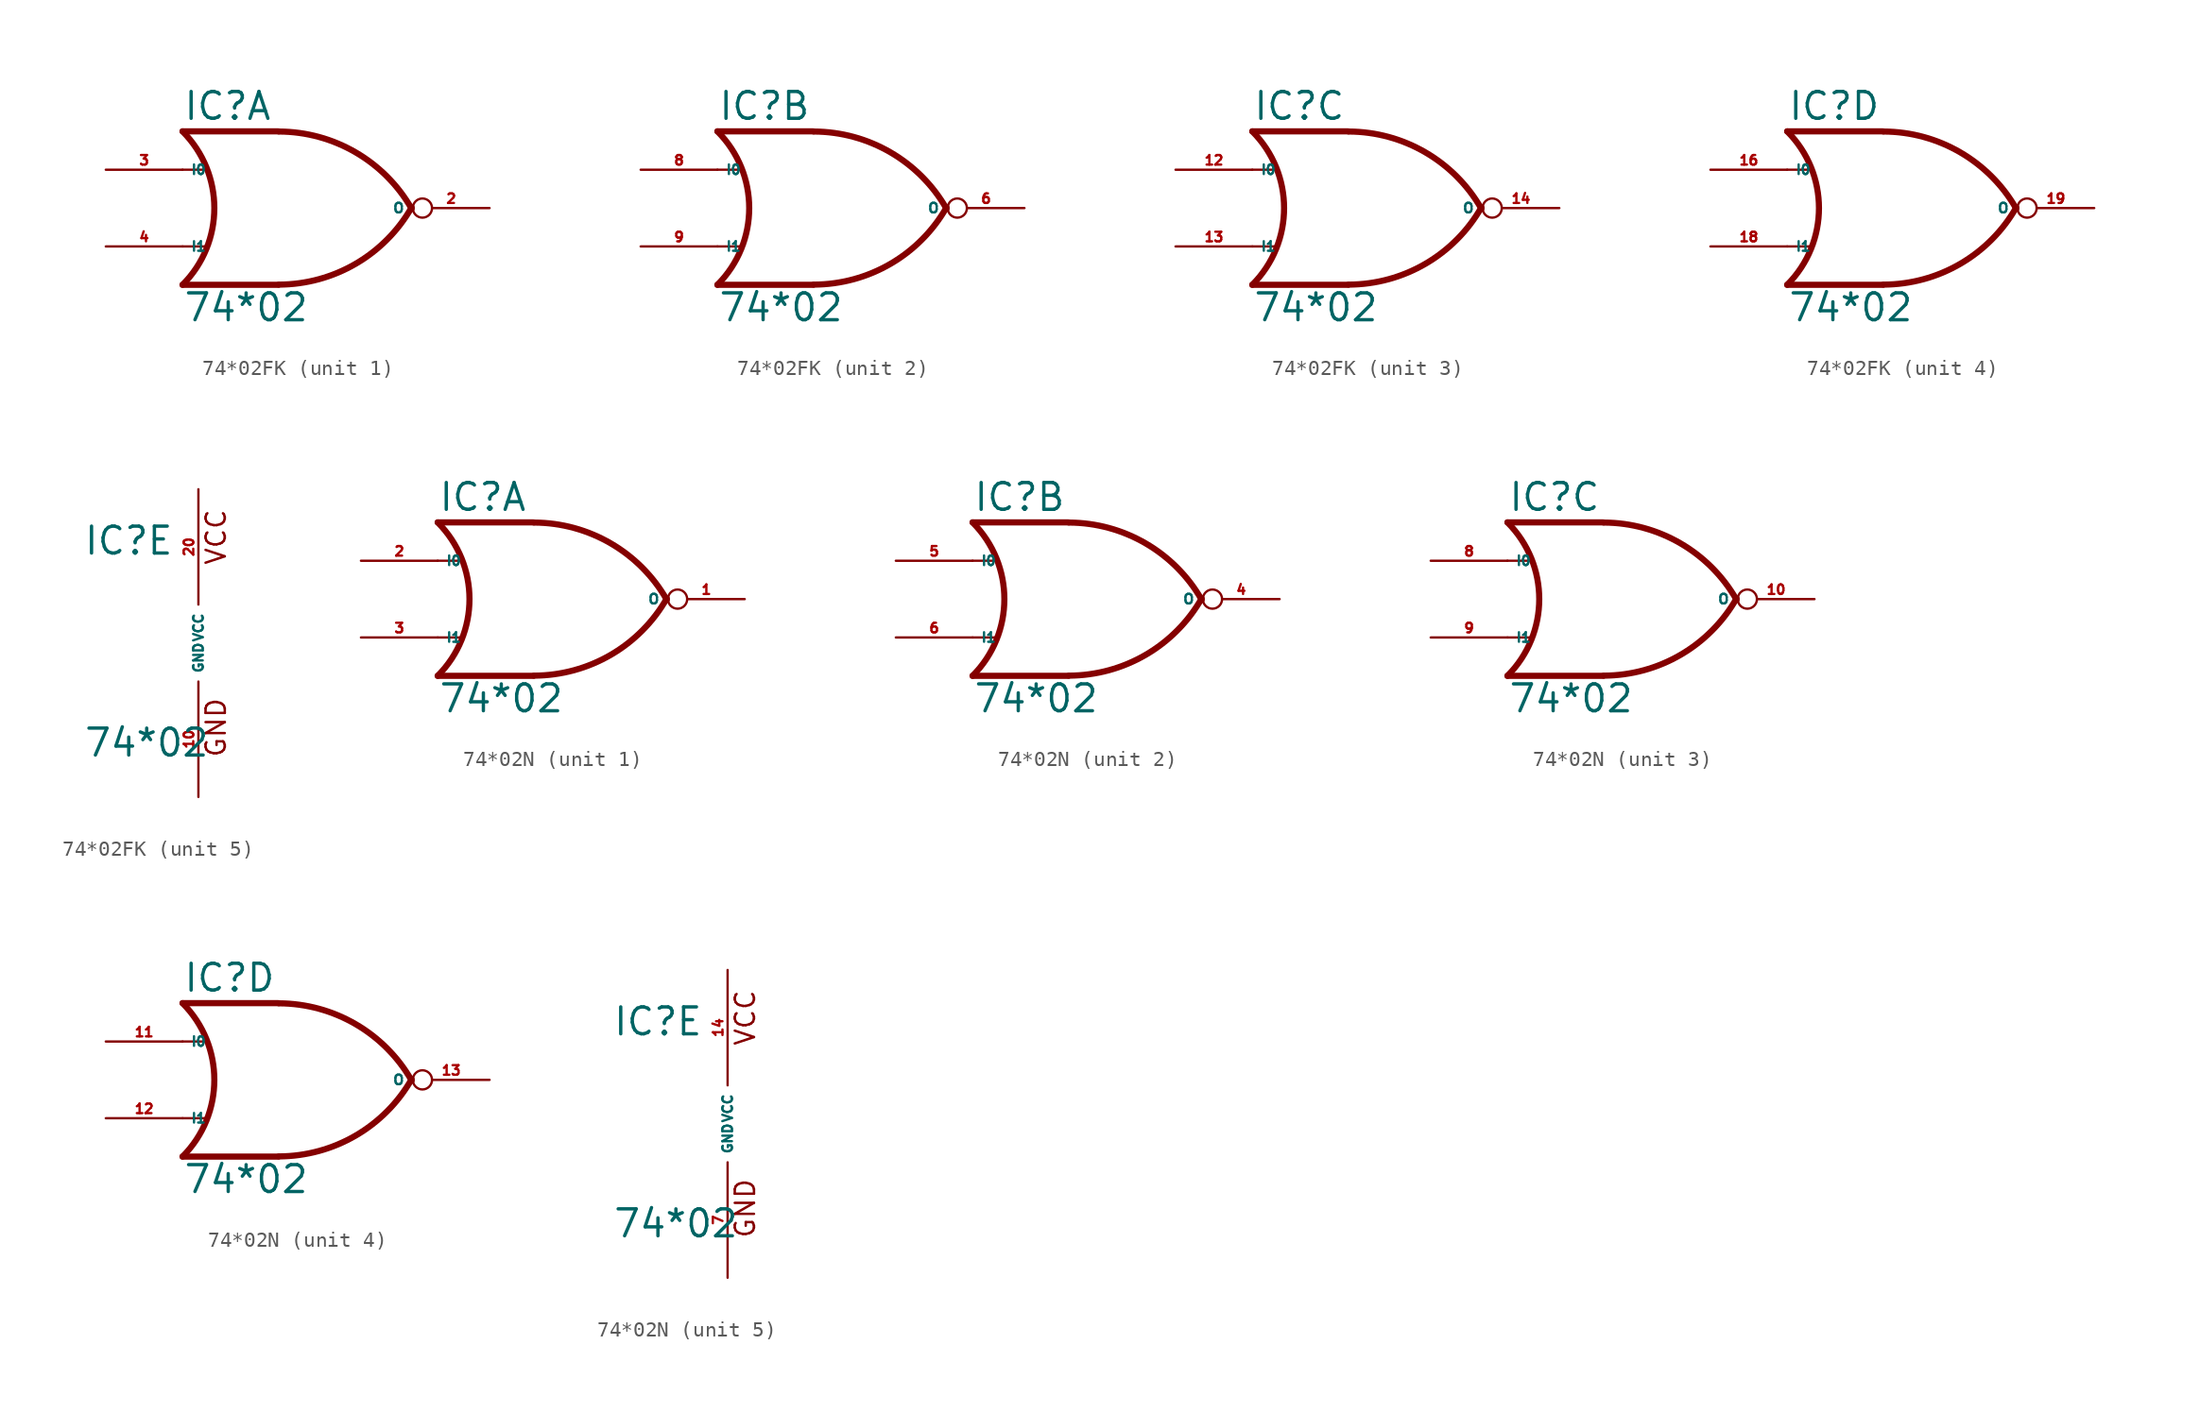
<source format=kicad_sym>
(kicad_symbol_lib
  (version 20220914)
  (generator Eagle2Kicad)
  (symbol "74*02FK"
    (property "Reference" "IC"
      (at -7.62 5.715 0)
      (effects (font (size 1.778 1.778) (thickness 0.22)) (justify left bottom)))
    (property "Value" "74*02"
      (at -7.62 -7.62 0)
      (effects (font (size 1.778 1.778) (thickness 0.22)) (justify left bottom)))
    (symbol "74*02FK_1_0"
      (polyline (pts (xy -1.27 5.08) (xy -7.62 5.08)) (stroke (width 0.406) (type default)) (fill (type none)))
      (polyline (pts (xy -1.27 -5.08) (xy -7.62 -5.08)) (stroke (width 0.406) (type default)) (fill (type none)))
      (polyline (pts (xy -7.62 2.54) (xy -6.096 2.54)) (stroke (width 0.152) (type default)) (fill (type none)))
      (polyline (pts (xy -7.62 -2.54) (xy -6.096 -2.54)) (stroke (width 0.152) (type default)) (fill (type none)))
      (arc (start -1.2446 -5.0678) (mid 3.837 -3.689) (end 7.5439 0.0507) (stroke (width 0.4064) (type default)) (fill (type none)))
      (arc (start 7.5442 -0.0505) (mid 3.837 3.689) (end -1.2446 5.0678) (stroke (width 0.4064) (type default)) (fill (type none)))
      (arc (start -7.62 -5.08) (mid -5.516 0.000) (end -7.62 5.08) (stroke (width 0.4064) (type default)) (fill (type none)))
      (pin output inverted (at 12.7 0 180) (length 5.08) (name "O" (effects (font (size 0.635 0.635) (thickness 0.08)) (justify left bottom))) (number "2" (effects (font (size 0.635 0.635) (thickness 0.08)) (justify left bottom))))
      (pin input line (at -12.7 2.54 0) (length 5.08) (name "I0" (effects (font (size 0.635 0.635) (thickness 0.08)) (justify left bottom))) (number "3" (effects (font (size 0.635 0.635) (thickness 0.08)) (justify left bottom))))
      (pin input line (at -12.7 -2.54 0) (length 5.08) (name "I1" (effects (font (size 0.635 0.635) (thickness 0.08)) (justify left bottom))) (number "4" (effects (font (size 0.635 0.635) (thickness 0.08)) (justify left bottom)))))
    (symbol "74*02FK_2_0"
      (polyline (pts (xy -1.27 5.08) (xy -7.62 5.08)) (stroke (width 0.406) (type default)) (fill (type none)))
      (polyline (pts (xy -1.27 -5.08) (xy -7.62 -5.08)) (stroke (width 0.406) (type default)) (fill (type none)))
      (polyline (pts (xy -7.62 2.54) (xy -6.096 2.54)) (stroke (width 0.152) (type default)) (fill (type none)))
      (polyline (pts (xy -7.62 -2.54) (xy -6.096 -2.54)) (stroke (width 0.152) (type default)) (fill (type none)))
      (arc (start -1.2446 -5.0678) (mid 3.837 -3.689) (end 7.5439 0.0507) (stroke (width 0.4064) (type default)) (fill (type none)))
      (arc (start 7.5442 -0.0505) (mid 3.837 3.689) (end -1.2446 5.0678) (stroke (width 0.4064) (type default)) (fill (type none)))
      (arc (start -7.62 -5.08) (mid -5.516 0.000) (end -7.62 5.08) (stroke (width 0.4064) (type default)) (fill (type none)))
      (pin output inverted (at 12.7 0 180) (length 5.08) (name "O" (effects (font (size 0.635 0.635) (thickness 0.08)) (justify left bottom))) (number "6" (effects (font (size 0.635 0.635) (thickness 0.08)) (justify left bottom))))
      (pin input line (at -12.7 2.54 0) (length 5.08) (name "I0" (effects (font (size 0.635 0.635) (thickness 0.08)) (justify left bottom))) (number "8" (effects (font (size 0.635 0.635) (thickness 0.08)) (justify left bottom))))
      (pin input line (at -12.7 -2.54 0) (length 5.08) (name "I1" (effects (font (size 0.635 0.635) (thickness 0.08)) (justify left bottom))) (number "9" (effects (font (size 0.635 0.635) (thickness 0.08)) (justify left bottom)))))
    (symbol "74*02FK_3_0"
      (polyline (pts (xy -1.27 5.08) (xy -7.62 5.08)) (stroke (width 0.406) (type default)) (fill (type none)))
      (polyline (pts (xy -1.27 -5.08) (xy -7.62 -5.08)) (stroke (width 0.406) (type default)) (fill (type none)))
      (polyline (pts (xy -7.62 2.54) (xy -6.096 2.54)) (stroke (width 0.152) (type default)) (fill (type none)))
      (polyline (pts (xy -7.62 -2.54) (xy -6.096 -2.54)) (stroke (width 0.152) (type default)) (fill (type none)))
      (arc (start -1.2446 -5.0678) (mid 3.837 -3.689) (end 7.5439 0.0507) (stroke (width 0.4064) (type default)) (fill (type none)))
      (arc (start 7.5442 -0.0505) (mid 3.837 3.689) (end -1.2446 5.0678) (stroke (width 0.4064) (type default)) (fill (type none)))
      (arc (start -7.62 -5.08) (mid -5.516 0.000) (end -7.62 5.08) (stroke (width 0.4064) (type default)) (fill (type none)))
      (pin output inverted (at 12.7 0 180) (length 5.08) (name "O" (effects (font (size 0.635 0.635) (thickness 0.08)) (justify left bottom))) (number "14" (effects (font (size 0.635 0.635) (thickness 0.08)) (justify left bottom))))
      (pin input line (at -12.7 2.54 0) (length 5.08) (name "I0" (effects (font (size 0.635 0.635) (thickness 0.08)) (justify left bottom))) (number "12" (effects (font (size 0.635 0.635) (thickness 0.08)) (justify left bottom))))
      (pin input line (at -12.7 -2.54 0) (length 5.08) (name "I1" (effects (font (size 0.635 0.635) (thickness 0.08)) (justify left bottom))) (number "13" (effects (font (size 0.635 0.635) (thickness 0.08)) (justify left bottom)))))
    (symbol "74*02FK_4_0"
      (polyline (pts (xy -1.27 5.08) (xy -7.62 5.08)) (stroke (width 0.406) (type default)) (fill (type none)))
      (polyline (pts (xy -1.27 -5.08) (xy -7.62 -5.08)) (stroke (width 0.406) (type default)) (fill (type none)))
      (polyline (pts (xy -7.62 2.54) (xy -6.096 2.54)) (stroke (width 0.152) (type default)) (fill (type none)))
      (polyline (pts (xy -7.62 -2.54) (xy -6.096 -2.54)) (stroke (width 0.152) (type default)) (fill (type none)))
      (arc (start -1.2446 -5.0678) (mid 3.837 -3.689) (end 7.5439 0.0507) (stroke (width 0.4064) (type default)) (fill (type none)))
      (arc (start 7.5442 -0.0505) (mid 3.837 3.689) (end -1.2446 5.0678) (stroke (width 0.4064) (type default)) (fill (type none)))
      (arc (start -7.62 -5.08) (mid -5.516 0.000) (end -7.62 5.08) (stroke (width 0.4064) (type default)) (fill (type none)))
      (pin output inverted (at 12.7 0 180) (length 5.08) (name "O" (effects (font (size 0.635 0.635) (thickness 0.08)) (justify left bottom))) (number "19" (effects (font (size 0.635 0.635) (thickness 0.08)) (justify left bottom))))
      (pin input line (at -12.7 2.54 0) (length 5.08) (name "I0" (effects (font (size 0.635 0.635) (thickness 0.08)) (justify left bottom))) (number "16" (effects (font (size 0.635 0.635) (thickness 0.08)) (justify left bottom))))
      (pin input line (at -12.7 -2.54 0) (length 5.08) (name "I1" (effects (font (size 0.635 0.635) (thickness 0.08)) (justify left bottom))) (number "18" (effects (font (size 0.635 0.635) (thickness 0.08)) (justify left bottom)))))
    (symbol "74*02FK_5_0"
      (text "GND" (at 1.905 -7.62 900) (effects (font (size 1.27 1.27) (thickness 0.16)) (justify left bottom)))
      (text "VCC" (at 1.905 5.08 900) (effects (font (size 1.27 1.27) (thickness 0.16)) (justify left bottom)))
      (pin unspecified line (at 0 -10.16 90) (length 7.62) (name "GND" (effects (font (size 0.635 0.635) (thickness 0.08)) (justify left bottom))) (number "10" (effects (font (size 0.635 0.635) (thickness 0.08)) (justify left bottom))))
      (pin unspecified line (at 0 10.16 270) (length 7.62) (name "VCC" (effects (font (size 0.635 0.635) (thickness 0.08)) (justify left bottom))) (number "20" (effects (font (size 0.635 0.635) (thickness 0.08)) (justify left bottom))))))
  (symbol "74*02N"
    (property "Reference" "IC"
      (at -7.62 5.715 0)
      (effects (font (size 1.778 1.778) (thickness 0.22)) (justify left bottom)))
    (property "Value" "74*02"
      (at -7.62 -7.62 0)
      (effects (font (size 1.778 1.778) (thickness 0.22)) (justify left bottom)))
    (symbol "74*02N_1_0"
      (polyline (pts (xy -1.27 5.08) (xy -7.62 5.08)) (stroke (width 0.406) (type default)) (fill (type none)))
      (polyline (pts (xy -1.27 -5.08) (xy -7.62 -5.08)) (stroke (width 0.406) (type default)) (fill (type none)))
      (polyline (pts (xy -7.62 2.54) (xy -6.096 2.54)) (stroke (width 0.152) (type default)) (fill (type none)))
      (polyline (pts (xy -7.62 -2.54) (xy -6.096 -2.54)) (stroke (width 0.152) (type default)) (fill (type none)))
      (arc (start -1.2446 -5.0678) (mid 3.837 -3.689) (end 7.5439 0.0507) (stroke (width 0.4064) (type default)) (fill (type none)))
      (arc (start 7.5442 -0.0505) (mid 3.837 3.689) (end -1.2446 5.0678) (stroke (width 0.4064) (type default)) (fill (type none)))
      (arc (start -7.62 -5.08) (mid -5.516 0.000) (end -7.62 5.08) (stroke (width 0.4064) (type default)) (fill (type none)))
      (pin output inverted (at 12.7 0 180) (length 5.08) (name "O" (effects (font (size 0.635 0.635) (thickness 0.08)) (justify left bottom))) (number "1" (effects (font (size 0.635 0.635) (thickness 0.08)) (justify left bottom))))
      (pin input line (at -12.7 2.54 0) (length 5.08) (name "I0" (effects (font (size 0.635 0.635) (thickness 0.08)) (justify left bottom))) (number "2" (effects (font (size 0.635 0.635) (thickness 0.08)) (justify left bottom))))
      (pin input line (at -12.7 -2.54 0) (length 5.08) (name "I1" (effects (font (size 0.635 0.635) (thickness 0.08)) (justify left bottom))) (number "3" (effects (font (size 0.635 0.635) (thickness 0.08)) (justify left bottom)))))
    (symbol "74*02N_2_0"
      (polyline (pts (xy -1.27 5.08) (xy -7.62 5.08)) (stroke (width 0.406) (type default)) (fill (type none)))
      (polyline (pts (xy -1.27 -5.08) (xy -7.62 -5.08)) (stroke (width 0.406) (type default)) (fill (type none)))
      (polyline (pts (xy -7.62 2.54) (xy -6.096 2.54)) (stroke (width 0.152) (type default)) (fill (type none)))
      (polyline (pts (xy -7.62 -2.54) (xy -6.096 -2.54)) (stroke (width 0.152) (type default)) (fill (type none)))
      (arc (start -1.2446 -5.0678) (mid 3.837 -3.689) (end 7.5439 0.0507) (stroke (width 0.4064) (type default)) (fill (type none)))
      (arc (start 7.5442 -0.0505) (mid 3.837 3.689) (end -1.2446 5.0678) (stroke (width 0.4064) (type default)) (fill (type none)))
      (arc (start -7.62 -5.08) (mid -5.516 0.000) (end -7.62 5.08) (stroke (width 0.4064) (type default)) (fill (type none)))
      (pin output inverted (at 12.7 0 180) (length 5.08) (name "O" (effects (font (size 0.635 0.635) (thickness 0.08)) (justify left bottom))) (number "4" (effects (font (size 0.635 0.635) (thickness 0.08)) (justify left bottom))))
      (pin input line (at -12.7 2.54 0) (length 5.08) (name "I0" (effects (font (size 0.635 0.635) (thickness 0.08)) (justify left bottom))) (number "5" (effects (font (size 0.635 0.635) (thickness 0.08)) (justify left bottom))))
      (pin input line (at -12.7 -2.54 0) (length 5.08) (name "I1" (effects (font (size 0.635 0.635) (thickness 0.08)) (justify left bottom))) (number "6" (effects (font (size 0.635 0.635) (thickness 0.08)) (justify left bottom)))))
    (symbol "74*02N_3_0"
      (polyline (pts (xy -1.27 5.08) (xy -7.62 5.08)) (stroke (width 0.406) (type default)) (fill (type none)))
      (polyline (pts (xy -1.27 -5.08) (xy -7.62 -5.08)) (stroke (width 0.406) (type default)) (fill (type none)))
      (polyline (pts (xy -7.62 2.54) (xy -6.096 2.54)) (stroke (width 0.152) (type default)) (fill (type none)))
      (polyline (pts (xy -7.62 -2.54) (xy -6.096 -2.54)) (stroke (width 0.152) (type default)) (fill (type none)))
      (arc (start -1.2446 -5.0678) (mid 3.837 -3.689) (end 7.5439 0.0507) (stroke (width 0.4064) (type default)) (fill (type none)))
      (arc (start 7.5442 -0.0505) (mid 3.837 3.689) (end -1.2446 5.0678) (stroke (width 0.4064) (type default)) (fill (type none)))
      (arc (start -7.62 -5.08) (mid -5.516 0.000) (end -7.62 5.08) (stroke (width 0.4064) (type default)) (fill (type none)))
      (pin output inverted (at 12.7 0 180) (length 5.08) (name "O" (effects (font (size 0.635 0.635) (thickness 0.08)) (justify left bottom))) (number "10" (effects (font (size 0.635 0.635) (thickness 0.08)) (justify left bottom))))
      (pin input line (at -12.7 2.54 0) (length 5.08) (name "I0" (effects (font (size 0.635 0.635) (thickness 0.08)) (justify left bottom))) (number "8" (effects (font (size 0.635 0.635) (thickness 0.08)) (justify left bottom))))
      (pin input line (at -12.7 -2.54 0) (length 5.08) (name "I1" (effects (font (size 0.635 0.635) (thickness 0.08)) (justify left bottom))) (number "9" (effects (font (size 0.635 0.635) (thickness 0.08)) (justify left bottom)))))
    (symbol "74*02N_4_0"
      (polyline (pts (xy -1.27 5.08) (xy -7.62 5.08)) (stroke (width 0.406) (type default)) (fill (type none)))
      (polyline (pts (xy -1.27 -5.08) (xy -7.62 -5.08)) (stroke (width 0.406) (type default)) (fill (type none)))
      (polyline (pts (xy -7.62 2.54) (xy -6.096 2.54)) (stroke (width 0.152) (type default)) (fill (type none)))
      (polyline (pts (xy -7.62 -2.54) (xy -6.096 -2.54)) (stroke (width 0.152) (type default)) (fill (type none)))
      (arc (start -1.2446 -5.0678) (mid 3.837 -3.689) (end 7.5439 0.0507) (stroke (width 0.4064) (type default)) (fill (type none)))
      (arc (start 7.5442 -0.0505) (mid 3.837 3.689) (end -1.2446 5.0678) (stroke (width 0.4064) (type default)) (fill (type none)))
      (arc (start -7.62 -5.08) (mid -5.516 0.000) (end -7.62 5.08) (stroke (width 0.4064) (type default)) (fill (type none)))
      (pin output inverted (at 12.7 0 180) (length 5.08) (name "O" (effects (font (size 0.635 0.635) (thickness 0.08)) (justify left bottom))) (number "13" (effects (font (size 0.635 0.635) (thickness 0.08)) (justify left bottom))))
      (pin input line (at -12.7 2.54 0) (length 5.08) (name "I0" (effects (font (size 0.635 0.635) (thickness 0.08)) (justify left bottom))) (number "11" (effects (font (size 0.635 0.635) (thickness 0.08)) (justify left bottom))))
      (pin input line (at -12.7 -2.54 0) (length 5.08) (name "I1" (effects (font (size 0.635 0.635) (thickness 0.08)) (justify left bottom))) (number "12" (effects (font (size 0.635 0.635) (thickness 0.08)) (justify left bottom)))))
    (symbol "74*02N_5_0"
      (text "GND" (at 1.905 -7.62 900) (effects (font (size 1.27 1.27) (thickness 0.16)) (justify left bottom)))
      (text "VCC" (at 1.905 5.08 900) (effects (font (size 1.27 1.27) (thickness 0.16)) (justify left bottom)))
      (pin unspecified line (at 0 -10.16 90) (length 7.62) (name "GND" (effects (font (size 0.635 0.635) (thickness 0.08)) (justify left bottom))) (number "7" (effects (font (size 0.635 0.635) (thickness 0.08)) (justify left bottom))))
      (pin unspecified line (at 0 10.16 270) (length 7.62) (name "VCC" (effects (font (size 0.635 0.635) (thickness 0.08)) (justify left bottom))) (number "14" (effects (font (size 0.635 0.635) (thickness 0.08)) (justify left bottom)))))))
</source>
